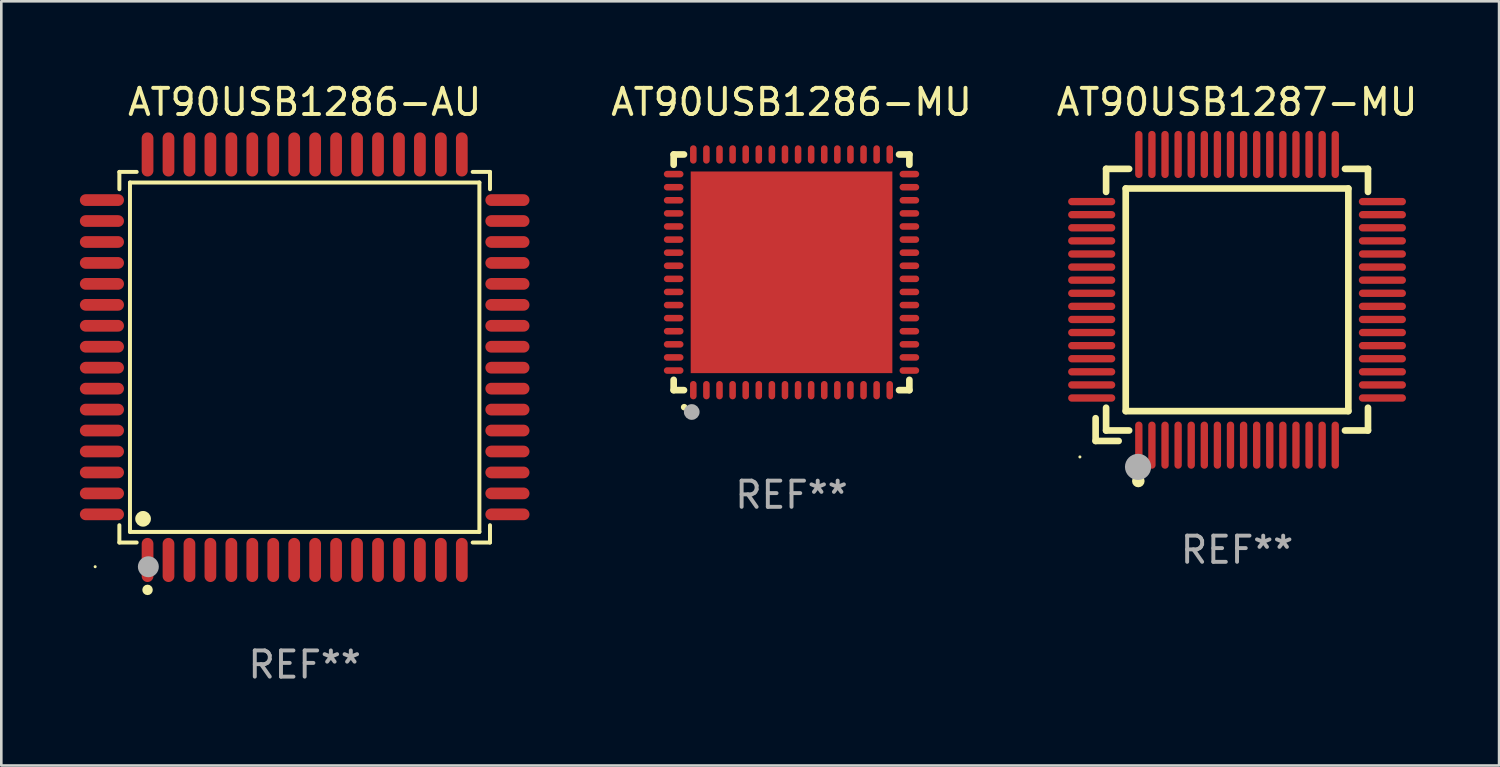
<source format=kicad_pcb>
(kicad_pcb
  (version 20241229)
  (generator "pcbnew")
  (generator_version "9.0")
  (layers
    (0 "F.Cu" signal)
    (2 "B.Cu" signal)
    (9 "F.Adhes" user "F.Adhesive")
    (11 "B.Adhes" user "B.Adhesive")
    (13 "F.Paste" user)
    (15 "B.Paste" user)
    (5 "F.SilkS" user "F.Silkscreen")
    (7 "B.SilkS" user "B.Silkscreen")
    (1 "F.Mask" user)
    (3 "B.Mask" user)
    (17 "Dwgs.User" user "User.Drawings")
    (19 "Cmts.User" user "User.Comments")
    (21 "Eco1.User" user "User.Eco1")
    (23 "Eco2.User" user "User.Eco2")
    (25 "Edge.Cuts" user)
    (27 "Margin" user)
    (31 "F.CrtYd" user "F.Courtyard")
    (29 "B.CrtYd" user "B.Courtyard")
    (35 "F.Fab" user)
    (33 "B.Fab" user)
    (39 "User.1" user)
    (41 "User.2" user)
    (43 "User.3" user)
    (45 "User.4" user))
  (footprint "AT90USB1286-AU"
    (layer "F.Cu")
    (at 8.584 10.59)
    (property "Reference" "AT90USB1286-AU" (at 0 -9.742 0) (layer "F.SilkS") (effects (font (size 1 1) (thickness 0.15))))
    (attr through_hole)
    (fp_line (start -7.076 -7.076) (end -6.415 -7.076) (stroke (width 0.152) (type solid)) (layer "F.SilkS"))
    (fp_line (start -7.076 -6.415) (end -7.076 -7.076) (stroke (width 0.152) (type solid)) (layer "F.SilkS"))
    (fp_line (start -7.076 6.415) (end -7.076 7.076) (stroke (width 0.152) (type solid)) (layer "F.SilkS"))
    (fp_line (start -7.076 7.076) (end -6.415 7.076) (stroke (width 0.152) (type solid)) (layer "F.SilkS"))
    (fp_line (start -6.671 -6.671) (end 6.671 -6.671) (stroke (width 0.152) (type solid)) (layer "F.SilkS"))
    (fp_line (start -6.671 6.671) (end -6.671 -6.671) (stroke (width 0.152) (type solid)) (layer "F.SilkS"))
    (fp_line (start 6.671 -6.671) (end 6.671 6.671) (stroke (width 0.152) (type solid)) (layer "F.SilkS"))
    (fp_line (start 6.671 6.671) (end -6.671 6.671) (stroke (width 0.152) (type solid)) (layer "F.SilkS"))
    (fp_line (start 7.076 -7.076) (end 6.415 -7.076) (stroke (width 0.152) (type solid)) (layer "F.SilkS"))
    (fp_line (start 7.076 -6.415) (end 7.076 -7.076) (stroke (width 0.152) (type solid)) (layer "F.SilkS"))
    (fp_line (start 7.076 6.415) (end 7.076 7.076) (stroke (width 0.152) (type solid)) (layer "F.SilkS"))
    (fp_line (start 7.076 7.076) (end 6.415 7.076) (stroke (width 0.152) (type solid)) (layer "F.SilkS"))
    (fp_circle (center -8 8) (end -7.97 8) (stroke (width 0.06) (type solid)) (fill no) (layer "F.SilkS"))
    (fp_circle (center -6.171 6.171) (end -6.021 6.171) (stroke (width 0.3) (type solid)) (fill no) (layer "F.SilkS"))
    (fp_circle (center -6 8.884) (end -5.9 8.884) (stroke (width 0.2) (type solid)) (fill no) (layer "F.SilkS"))
    (fp_circle (center -5.969 8.001) (end -5.769 8.001) (stroke (width 0.4) (type solid)) (fill no) (layer "F.Fab"))
    (fp_text user "REF**" (at 0 11.742 0) (layer "F.Fab") (effects (font (size 1 1) (thickness 0.15))))
    (pad "1" smd oval (at -6 7.742) (size 0.448 1.684) (layers "F.Cu" "F.Mask" "F.Paste"))
    (pad "2" smd oval (at -5.2 7.742) (size 0.448 1.684) (layers "F.Cu" "F.Mask" "F.Paste"))
    (pad "3" smd oval (at -4.4 7.742) (size 0.448 1.684) (layers "F.Cu" "F.Mask" "F.Paste"))
    (pad "4" smd oval (at -3.6 7.742) (size 0.448 1.684) (layers "F.Cu" "F.Mask" "F.Paste"))
    (pad "5" smd oval (at -2.8 7.742) (size 0.448 1.684) (layers "F.Cu" "F.Mask" "F.Paste"))
    (pad "6" smd oval (at -2 7.742) (size 0.448 1.684) (layers "F.Cu" "F.Mask" "F.Paste"))
    (pad "7" smd oval (at -1.2 7.742) (size 0.448 1.684) (layers "F.Cu" "F.Mask" "F.Paste"))
    (pad "8" smd oval (at -0.4 7.742) (size 0.448 1.684) (layers "F.Cu" "F.Mask" "F.Paste"))
    (pad "9" smd oval (at 0.4 7.742) (size 0.448 1.684) (layers "F.Cu" "F.Mask" "F.Paste"))
    (pad "10" smd oval (at 1.2 7.742) (size 0.448 1.684) (layers "F.Cu" "F.Mask" "F.Paste"))
    (pad "11" smd oval (at 2 7.742) (size 0.448 1.684) (layers "F.Cu" "F.Mask" "F.Paste"))
    (pad "12" smd oval (at 2.8 7.742) (size 0.448 1.684) (layers "F.Cu" "F.Mask" "F.Paste"))
    (pad "13" smd oval (at 3.6 7.742) (size 0.448 1.684) (layers "F.Cu" "F.Mask" "F.Paste"))
    (pad "14" smd oval (at 4.4 7.742) (size 0.448 1.684) (layers "F.Cu" "F.Mask" "F.Paste"))
    (pad "15" smd oval (at 5.2 7.742) (size 0.448 1.684) (layers "F.Cu" "F.Mask" "F.Paste"))
    (pad "16" smd oval (at 6 7.742) (size 0.448 1.684) (layers "F.Cu" "F.Mask" "F.Paste"))
    (pad "17" smd oval (at 7.742 6) (size 1.684 0.448) (layers "F.Cu" "F.Mask" "F.Paste"))
    (pad "18" smd oval (at 7.742 5.2) (size 1.684 0.448) (layers "F.Cu" "F.Mask" "F.Paste"))
    (pad "19" smd oval (at 7.742 4.4) (size 1.684 0.448) (layers "F.Cu" "F.Mask" "F.Paste"))
    (pad "20" smd oval (at 7.742 3.6) (size 1.684 0.448) (layers "F.Cu" "F.Mask" "F.Paste"))
    (pad "21" smd oval (at 7.742 2.8) (size 1.684 0.448) (layers "F.Cu" "F.Mask" "F.Paste"))
    (pad "22" smd oval (at 7.742 2) (size 1.684 0.448) (layers "F.Cu" "F.Mask" "F.Paste"))
    (pad "23" smd oval (at 7.742 1.2) (size 1.684 0.448) (layers "F.Cu" "F.Mask" "F.Paste"))
    (pad "24" smd oval (at 7.742 0.4) (size 1.684 0.448) (layers "F.Cu" "F.Mask" "F.Paste"))
    (pad "25" smd oval (at 7.742 -0.4) (size 1.684 0.448) (layers "F.Cu" "F.Mask" "F.Paste"))
    (pad "26" smd oval (at 7.742 -1.2) (size 1.684 0.448) (layers "F.Cu" "F.Mask" "F.Paste"))
    (pad "27" smd oval (at 7.742 -2) (size 1.684 0.448) (layers "F.Cu" "F.Mask" "F.Paste"))
    (pad "28" smd oval (at 7.742 -2.8) (size 1.684 0.448) (layers "F.Cu" "F.Mask" "F.Paste"))
    (pad "29" smd oval (at 7.742 -3.6) (size 1.684 0.448) (layers "F.Cu" "F.Mask" "F.Paste"))
    (pad "30" smd oval (at 7.742 -4.4) (size 1.684 0.448) (layers "F.Cu" "F.Mask" "F.Paste"))
    (pad "31" smd oval (at 7.742 -5.2) (size 1.684 0.448) (layers "F.Cu" "F.Mask" "F.Paste"))
    (pad "32" smd oval (at 7.742 -6) (size 1.684 0.448) (layers "F.Cu" "F.Mask" "F.Paste"))
    (pad "33" smd oval (at 6 -7.742) (size 0.448 1.684) (layers "F.Cu" "F.Mask" "F.Paste"))
    (pad "34" smd oval (at 5.2 -7.742) (size 0.448 1.684) (layers "F.Cu" "F.Mask" "F.Paste"))
    (pad "35" smd oval (at 4.4 -7.742) (size 0.448 1.684) (layers "F.Cu" "F.Mask" "F.Paste"))
    (pad "36" smd oval (at 3.6 -7.742) (size 0.448 1.684) (layers "F.Cu" "F.Mask" "F.Paste"))
    (pad "37" smd oval (at 2.8 -7.742) (size 0.448 1.684) (layers "F.Cu" "F.Mask" "F.Paste"))
    (pad "38" smd oval (at 2 -7.742) (size 0.448 1.684) (layers "F.Cu" "F.Mask" "F.Paste"))
    (pad "39" smd oval (at 1.2 -7.742) (size 0.448 1.684) (layers "F.Cu" "F.Mask" "F.Paste"))
    (pad "40" smd oval (at 0.4 -7.742) (size 0.448 1.684) (layers "F.Cu" "F.Mask" "F.Paste"))
    (pad "41" smd oval (at -0.4 -7.742) (size 0.448 1.684) (layers "F.Cu" "F.Mask" "F.Paste"))
    (pad "42" smd oval (at -1.2 -7.742) (size 0.448 1.684) (layers "F.Cu" "F.Mask" "F.Paste"))
    (pad "43" smd oval (at -2 -7.742) (size 0.448 1.684) (layers "F.Cu" "F.Mask" "F.Paste"))
    (pad "44" smd oval (at -2.8 -7.742) (size 0.448 1.684) (layers "F.Cu" "F.Mask" "F.Paste"))
    (pad "45" smd oval (at -3.6 -7.742) (size 0.448 1.684) (layers "F.Cu" "F.Mask" "F.Paste"))
    (pad "46" smd oval (at -4.4 -7.742) (size 0.448 1.684) (layers "F.Cu" "F.Mask" "F.Paste"))
    (pad "47" smd oval (at -5.2 -7.742) (size 0.448 1.684) (layers "F.Cu" "F.Mask" "F.Paste"))
    (pad "48" smd oval (at -6 -7.742) (size 0.448 1.684) (layers "F.Cu" "F.Mask" "F.Paste"))
    (pad "49" smd oval (at -7.742 -6) (size 1.684 0.448) (layers "F.Cu" "F.Mask" "F.Paste"))
    (pad "50" smd oval (at -7.742 -5.2) (size 1.684 0.448) (layers "F.Cu" "F.Mask" "F.Paste"))
    (pad "51" smd oval (at -7.742 -4.4) (size 1.684 0.448) (layers "F.Cu" "F.Mask" "F.Paste"))
    (pad "52" smd oval (at -7.742 -3.6) (size 1.684 0.448) (layers "F.Cu" "F.Mask" "F.Paste"))
    (pad "53" smd oval (at -7.742 -2.8) (size 1.684 0.448) (layers "F.Cu" "F.Mask" "F.Paste"))
    (pad "54" smd oval (at -7.742 -2) (size 1.684 0.448) (layers "F.Cu" "F.Mask" "F.Paste"))
    (pad "55" smd oval (at -7.742 -1.2) (size 1.684 0.448) (layers "F.Cu" "F.Mask" "F.Paste"))
    (pad "56" smd oval (at -7.742 -0.4) (size 1.684 0.448) (layers "F.Cu" "F.Mask" "F.Paste"))
    (pad "57" smd oval (at -7.742 0.4) (size 1.684 0.448) (layers "F.Cu" "F.Mask" "F.Paste"))
    (pad "58" smd oval (at -7.742 1.2) (size 1.684 0.448) (layers "F.Cu" "F.Mask" "F.Paste"))
    (pad "59" smd oval (at -7.742 2) (size 1.684 0.448) (layers "F.Cu" "F.Mask" "F.Paste"))
    (pad "60" smd oval (at -7.742 2.8) (size 1.684 0.448) (layers "F.Cu" "F.Mask" "F.Paste"))
    (pad "61" smd oval (at -7.742 3.6) (size 1.684 0.448) (layers "F.Cu" "F.Mask" "F.Paste"))
    (pad "62" smd oval (at -7.742 4.4) (size 1.684 0.448) (layers "F.Cu" "F.Mask" "F.Paste"))
    (pad "63" smd oval (at -7.742 5.2) (size 1.684 0.448) (layers "F.Cu" "F.Mask" "F.Paste"))
    (pad "64" smd oval (at -7.742 6) (size 1.684 0.448) (layers "F.Cu" "F.Mask" "F.Paste")))
  (footprint "AT90USB1286-MU"
    (layer "F.Cu")
    (at 27.174 7.348)
    (property "Reference" "AT90USB1286-MU" (at 0 -6.5 0) (layer "F.SilkS") (effects (font (size 1 1) (thickness 0.15))))
    (attr through_hole)
    (fp_line (start -4.5 -4.5) (end -4.106 -4.5) (stroke (width 0.254) (type solid)) (layer "F.SilkS"))
    (fp_line (start -4.5 -4.106) (end -4.5 -4.5) (stroke (width 0.254) (type solid)) (layer "F.SilkS"))
    (fp_line (start -4.5 4.5) (end -4.5 4.106) (stroke (width 0.254) (type solid)) (layer "F.SilkS"))
    (fp_line (start -4.106 4.5) (end -4.5 4.5) (stroke (width 0.254) (type solid)) (layer "F.SilkS"))
    (fp_line (start 4.106 -4.5) (end 4.5 -4.5) (stroke (width 0.254) (type solid)) (layer "F.SilkS"))
    (fp_line (start 4.5 -4.5) (end 4.5 -4.106) (stroke (width 0.254) (type solid)) (layer "F.SilkS"))
    (fp_line (start 4.5 4.106) (end 4.5 4.5) (stroke (width 0.254) (type solid)) (layer "F.SilkS"))
    (fp_line (start 4.5 4.5) (end 4.106 4.5) (stroke (width 0.254) (type solid)) (layer "F.SilkS"))
    (fp_arc (start -4.099987 5.149898) (mid -4.098717 5.149892) (end -4.097447 5.149898) (stroke (width 0.24892) (type solid)) (layer "F.SilkS"))
    (fp_circle (center -4.5 4.5) (end -4.47 4.5) (stroke (width 0.06) (type solid)) (fill no) (layer "F.SilkS"))
    (fp_circle (center -3.81 5.334) (end -3.66 5.334) (stroke (width 0.3) (type solid)) (fill no) (layer "F.Fab"))
    (fp_text user "REF**" (at 0 8.5 0) (layer "F.Fab") (effects (font (size 1 1) (thickness 0.15))))
    (pad "1" smd oval (at -3.75 4.5) (size 0.25 0.7) (layers "F.Cu" "F.Mask" "F.Paste"))
    (pad "2" smd oval (at -3.25 4.5) (size 0.25 0.7) (layers "F.Cu" "F.Mask" "F.Paste"))
    (pad "3" smd oval (at -2.75 4.5) (size 0.25 0.7) (layers "F.Cu" "F.Mask" "F.Paste"))
    (pad "4" smd oval (at -2.25 4.5) (size 0.25 0.7) (layers "F.Cu" "F.Mask" "F.Paste"))
    (pad "5" smd oval (at -1.75 4.5) (size 0.25 0.7) (layers "F.Cu" "F.Mask" "F.Paste"))
    (pad "6" smd oval (at -1.25 4.5) (size 0.25 0.7) (layers "F.Cu" "F.Mask" "F.Paste"))
    (pad "7" smd oval (at -0.75 4.5) (size 0.25 0.7) (layers "F.Cu" "F.Mask" "F.Paste"))
    (pad "8" smd oval (at -0.25 4.5) (size 0.25 0.7) (layers "F.Cu" "F.Mask" "F.Paste"))
    (pad "9" smd oval (at 0.25 4.5) (size 0.25 0.7) (layers "F.Cu" "F.Mask" "F.Paste"))
    (pad "10" smd oval (at 0.75 4.5) (size 0.25 0.7) (layers "F.Cu" "F.Mask" "F.Paste"))
    (pad "11" smd oval (at 1.25 4.5) (size 0.25 0.7) (layers "F.Cu" "F.Mask" "F.Paste"))
    (pad "12" smd oval (at 1.75 4.5) (size 0.25 0.7) (layers "F.Cu" "F.Mask" "F.Paste"))
    (pad "13" smd oval (at 2.25 4.5) (size 0.25 0.7) (layers "F.Cu" "F.Mask" "F.Paste"))
    (pad "14" smd oval (at 2.75 4.5) (size 0.25 0.7) (layers "F.Cu" "F.Mask" "F.Paste"))
    (pad "15" smd oval (at 3.25 4.5) (size 0.25 0.7) (layers "F.Cu" "F.Mask" "F.Paste"))
    (pad "16" smd oval (at 3.75 4.5) (size 0.25 0.7) (layers "F.Cu" "F.Mask" "F.Paste"))
    (pad "17" smd oval (at 4.5 3.75) (size 0.75 0.25) (layers "F.Cu" "F.Mask" "F.Paste"))
    (pad "18" smd oval (at 4.5 3.25) (size 0.75 0.25) (layers "F.Cu" "F.Mask" "F.Paste"))
    (pad "19" smd oval (at 4.5 2.75) (size 0.75 0.25) (layers "F.Cu" "F.Mask" "F.Paste"))
    (pad "20" smd oval (at 4.5 2.25) (size 0.75 0.25) (layers "F.Cu" "F.Mask" "F.Paste"))
    (pad "21" smd oval (at 4.5 1.75) (size 0.75 0.25) (layers "F.Cu" "F.Mask" "F.Paste"))
    (pad "22" smd oval (at 4.5 1.25) (size 0.75 0.25) (layers "F.Cu" "F.Mask" "F.Paste"))
    (pad "23" smd oval (at 4.5 0.75) (size 0.75 0.25) (layers "F.Cu" "F.Mask" "F.Paste"))
    (pad "24" smd oval (at 4.5 0.25) (size 0.75 0.25) (layers "F.Cu" "F.Mask" "F.Paste"))
    (pad "25" smd oval (at 4.5 -0.25) (size 0.75 0.25) (layers "F.Cu" "F.Mask" "F.Paste"))
    (pad "26" smd oval (at 4.5 -0.75) (size 0.75 0.25) (layers "F.Cu" "F.Mask" "F.Paste"))
    (pad "27" smd oval (at 4.5 -1.25) (size 0.75 0.25) (layers "F.Cu" "F.Mask" "F.Paste"))
    (pad "28" smd oval (at 4.5 -1.75) (size 0.75 0.25) (layers "F.Cu" "F.Mask" "F.Paste"))
    (pad "29" smd oval (at 4.5 -2.25) (size 0.75 0.25) (layers "F.Cu" "F.Mask" "F.Paste"))
    (pad "30" smd oval (at 4.5 -2.75) (size 0.75 0.25) (layers "F.Cu" "F.Mask" "F.Paste"))
    (pad "31" smd oval (at 4.5 -3.25) (size 0.75 0.25) (layers "F.Cu" "F.Mask" "F.Paste"))
    (pad "32" smd oval (at 4.5 -3.75) (size 0.75 0.25) (layers "F.Cu" "F.Mask" "F.Paste"))
    (pad "33" smd oval (at 3.75 -4.5) (size 0.25 0.7) (layers "F.Cu" "F.Mask" "F.Paste"))
    (pad "34" smd oval (at 3.25 -4.5) (size 0.25 0.7) (layers "F.Cu" "F.Mask" "F.Paste"))
    (pad "35" smd oval (at 2.75 -4.5) (size 0.25 0.7) (layers "F.Cu" "F.Mask" "F.Paste"))
    (pad "36" smd oval (at 2.25 -4.5) (size 0.25 0.7) (layers "F.Cu" "F.Mask" "F.Paste"))
    (pad "37" smd oval (at 1.75 -4.5) (size 0.25 0.7) (layers "F.Cu" "F.Mask" "F.Paste"))
    (pad "38" smd oval (at 1.25 -4.5) (size 0.25 0.7) (layers "F.Cu" "F.Mask" "F.Paste"))
    (pad "39" smd oval (at 0.75 -4.5) (size 0.25 0.7) (layers "F.Cu" "F.Mask" "F.Paste"))
    (pad "40" smd oval (at 0.25 -4.5) (size 0.25 0.7) (layers "F.Cu" "F.Mask" "F.Paste"))
    (pad "41" smd oval (at -0.25 -4.5) (size 0.25 0.7) (layers "F.Cu" "F.Mask" "F.Paste"))
    (pad "42" smd oval (at -0.75 -4.5) (size 0.25 0.7) (layers "F.Cu" "F.Mask" "F.Paste"))
    (pad "43" smd oval (at -1.25 -4.5) (size 0.25 0.7) (layers "F.Cu" "F.Mask" "F.Paste"))
    (pad "44" smd oval (at -1.75 -4.5) (size 0.25 0.7) (layers "F.Cu" "F.Mask" "F.Paste"))
    (pad "45" smd oval (at -2.25 -4.5) (size 0.25 0.7) (layers "F.Cu" "F.Mask" "F.Paste"))
    (pad "46" smd oval (at -2.75 -4.5) (size 0.25 0.7) (layers "F.Cu" "F.Mask" "F.Paste"))
    (pad "47" smd oval (at -3.25 -4.5) (size 0.25 0.7) (layers "F.Cu" "F.Mask" "F.Paste"))
    (pad "48" smd oval (at -3.75 -4.5) (size 0.25 0.7) (layers "F.Cu" "F.Mask" "F.Paste"))
    (pad "49" smd oval (at -4.5 -3.75) (size 0.75 0.25) (layers "F.Cu" "F.Mask" "F.Paste"))
    (pad "50" smd oval (at -4.5 -3.25) (size 0.75 0.25) (layers "F.Cu" "F.Mask" "F.Paste"))
    (pad "51" smd oval (at -4.5 -2.75) (size 0.75 0.25) (layers "F.Cu" "F.Mask" "F.Paste"))
    (pad "52" smd oval (at -4.5 -2.25) (size 0.75 0.25) (layers "F.Cu" "F.Mask" "F.Paste"))
    (pad "53" smd oval (at -4.5 -1.75) (size 0.75 0.25) (layers "F.Cu" "F.Mask" "F.Paste"))
    (pad "54" smd oval (at -4.5 -1.25) (size 0.75 0.25) (layers "F.Cu" "F.Mask" "F.Paste"))
    (pad "55" smd oval (at -4.5 -0.75) (size 0.75 0.25) (layers "F.Cu" "F.Mask" "F.Paste"))
    (pad "56" smd oval (at -4.5 -0.25) (size 0.75 0.25) (layers "F.Cu" "F.Mask" "F.Paste"))
    (pad "57" smd oval (at -4.5 0.25) (size 0.75 0.25) (layers "F.Cu" "F.Mask" "F.Paste"))
    (pad "58" smd oval (at -4.5 0.75) (size 0.75 0.25) (layers "F.Cu" "F.Mask" "F.Paste"))
    (pad "59" smd oval (at -4.5 1.25) (size 0.75 0.25) (layers "F.Cu" "F.Mask" "F.Paste"))
    (pad "60" smd oval (at -4.5 1.75) (size 0.75 0.25) (layers "F.Cu" "F.Mask" "F.Paste"))
    (pad "61" smd oval (at -4.5 2.25) (size 0.75 0.25) (layers "F.Cu" "F.Mask" "F.Paste"))
    (pad "62" smd oval (at -4.5 2.75) (size 0.75 0.25) (layers "F.Cu" "F.Mask" "F.Paste"))
    (pad "63" smd oval (at -4.5 3.25) (size 0.75 0.25) (layers "F.Cu" "F.Mask" "F.Paste"))
    (pad "64" smd oval (at -4.5 3.75) (size 0.75 0.25) (layers "F.Cu" "F.Mask" "F.Paste"))
    (pad "65" smd rect (at 0.000394 -0.000013) (size 7.7 7.7) (layers "F.Cu" "F.Mask" "F.Paste")))
  (footprint "AT90USB1287-MU"
    (layer "F.Cu")
    (at 44.186 8.398)
    (property "Reference" "AT90USB1287-MU" (at 0 -7.55 0) (layer "F.SilkS") (effects (font (size 1 1) (thickness 0.15))))
    (attr through_hole)
    (fp_line (start -5.4 4.521) (end -5.4 5.39) (stroke (width 0.254) (type solid)) (layer "F.SilkS"))
    (fp_line (start -5.4 5.39) (end -4.521 5.39) (stroke (width 0.254) (type solid)) (layer "F.SilkS"))
    (fp_line (start -5 -5) (end -5 -4.121) (stroke (width 0.254) (type solid)) (layer "F.SilkS"))
    (fp_line (start -5 4.121) (end -5 4.99) (stroke (width 0.254) (type solid)) (layer "F.SilkS"))
    (fp_line (start -5 4.99) (end -4.121 4.99) (stroke (width 0.254) (type solid)) (layer "F.SilkS"))
    (fp_line (start -4.25 -4.25) (end -4.25 4.25) (stroke (width 0.254) (type solid)) (layer "F.SilkS"))
    (fp_line (start -4.25 4.25) (end 4.25 4.25) (stroke (width 0.254) (type solid)) (layer "F.SilkS"))
    (fp_line (start -4.121 -5) (end -5 -5) (stroke (width 0.254) (type solid)) (layer "F.SilkS"))
    (fp_line (start 4.121 4.99) (end 5 4.99) (stroke (width 0.254) (type solid)) (layer "F.SilkS"))
    (fp_line (start 4.25 -4.25) (end -4.25 -4.25) (stroke (width 0.254) (type solid)) (layer "F.SilkS"))
    (fp_line (start 4.25 4.25) (end 4.25 -4.25) (stroke (width 0.254) (type solid)) (layer "F.SilkS"))
    (fp_line (start 5 -5) (end 4.121 -5) (stroke (width 0.254) (type solid)) (layer "F.SilkS"))
    (fp_line (start 5 -4.121) (end 5 -5) (stroke (width 0.254) (type solid)) (layer "F.SilkS"))
    (fp_line (start 5 4.99) (end 5 4.121) (stroke (width 0.254) (type solid)) (layer "F.SilkS"))
    (fp_circle (center -6 6) (end -5.97 6) (stroke (width 0.06) (type solid)) (fill no) (layer "F.SilkS"))
    (fp_circle (center -3.77 6.92) (end -3.65 6.92) (stroke (width 0.24) (type solid)) (fill no) (layer "F.SilkS"))
    (fp_circle (center -3.78 6.38) (end -3.53 6.38) (stroke (width 0.5) (type solid)) (fill no) (layer "F.Fab"))
    (fp_text user "REF**" (at 0 9.55 0) (layer "F.Fab") (effects (font (size 1 1) (thickness 0.15))))
    (pad "1" smd oval (at -3.75 5.55) (size 0.28 1.8) (layers "F.Cu" "F.Mask" "F.Paste"))
    (pad "2" smd oval (at -3.25 5.55) (size 0.28 1.8) (layers "F.Cu" "F.Mask" "F.Paste"))
    (pad "3" smd oval (at -2.75 5.55) (size 0.28 1.8) (layers "F.Cu" "F.Mask" "F.Paste"))
    (pad "4" smd oval (at -2.25 5.55) (size 0.28 1.8) (layers "F.Cu" "F.Mask" "F.Paste"))
    (pad "5" smd oval (at -1.75 5.55) (size 0.28 1.8) (layers "F.Cu" "F.Mask" "F.Paste"))
    (pad "6" smd oval (at -1.25 5.55) (size 0.28 1.8) (layers "F.Cu" "F.Mask" "F.Paste"))
    (pad "7" smd oval (at -0.75 5.55) (size 0.28 1.8) (layers "F.Cu" "F.Mask" "F.Paste"))
    (pad "8" smd oval (at -0.25 5.55) (size 0.28 1.8) (layers "F.Cu" "F.Mask" "F.Paste"))
    (pad "9" smd oval (at 0.25 5.55) (size 0.28 1.8) (layers "F.Cu" "F.Mask" "F.Paste"))
    (pad "10" smd oval (at 0.75 5.55) (size 0.28 1.8) (layers "F.Cu" "F.Mask" "F.Paste"))
    (pad "11" smd oval (at 1.25 5.55) (size 0.28 1.8) (layers "F.Cu" "F.Mask" "F.Paste"))
    (pad "12" smd oval (at 1.75 5.55) (size 0.28 1.8) (layers "F.Cu" "F.Mask" "F.Paste"))
    (pad "13" smd oval (at 2.25 5.55) (size 0.28 1.8) (layers "F.Cu" "F.Mask" "F.Paste"))
    (pad "14" smd oval (at 2.75 5.55) (size 0.28 1.8) (layers "F.Cu" "F.Mask" "F.Paste"))
    (pad "15" smd oval (at 3.25 5.55) (size 0.28 1.8) (layers "F.Cu" "F.Mask" "F.Paste"))
    (pad "16" smd oval (at 3.75 5.55) (size 0.28 1.8) (layers "F.Cu" "F.Mask" "F.Paste"))
    (pad "17" smd oval (at 5.55 3.75) (size 1.8 0.28) (layers "F.Cu" "F.Mask" "F.Paste"))
    (pad "18" smd oval (at 5.55 3.25) (size 1.8 0.28) (layers "F.Cu" "F.Mask" "F.Paste"))
    (pad "19" smd oval (at 5.55 2.75) (size 1.8 0.28) (layers "F.Cu" "F.Mask" "F.Paste"))
    (pad "20" smd oval (at 5.55 2.25) (size 1.8 0.28) (layers "F.Cu" "F.Mask" "F.Paste"))
    (pad "21" smd oval (at 5.55 1.75) (size 1.8 0.28) (layers "F.Cu" "F.Mask" "F.Paste"))
    (pad "22" smd oval (at 5.55 1.25) (size 1.8 0.28) (layers "F.Cu" "F.Mask" "F.Paste"))
    (pad "23" smd oval (at 5.55 0.75) (size 1.8 0.28) (layers "F.Cu" "F.Mask" "F.Paste"))
    (pad "24" smd oval (at 5.55 0.25) (size 1.8 0.28) (layers "F.Cu" "F.Mask" "F.Paste"))
    (pad "25" smd oval (at 5.55 -0.25) (size 1.8 0.28) (layers "F.Cu" "F.Mask" "F.Paste"))
    (pad "26" smd oval (at 5.55 -0.75) (size 1.8 0.28) (layers "F.Cu" "F.Mask" "F.Paste"))
    (pad "27" smd oval (at 5.55 -1.25) (size 1.8 0.28) (layers "F.Cu" "F.Mask" "F.Paste"))
    (pad "28" smd oval (at 5.55 -1.75) (size 1.8 0.28) (layers "F.Cu" "F.Mask" "F.Paste"))
    (pad "29" smd oval (at 5.55 -2.25) (size 1.8 0.28) (layers "F.Cu" "F.Mask" "F.Paste"))
    (pad "30" smd oval (at 5.55 -2.75) (size 1.8 0.28) (layers "F.Cu" "F.Mask" "F.Paste"))
    (pad "31" smd oval (at 5.55 -3.25) (size 1.8 0.28) (layers "F.Cu" "F.Mask" "F.Paste"))
    (pad "32" smd oval (at 5.55 -3.75) (size 1.8 0.28) (layers "F.Cu" "F.Mask" "F.Paste"))
    (pad "33" smd oval (at 3.75 -5.55) (size 0.28 1.8) (layers "F.Cu" "F.Mask" "F.Paste"))
    (pad "34" smd oval (at 3.25 -5.55) (size 0.28 1.8) (layers "F.Cu" "F.Mask" "F.Paste"))
    (pad "35" smd oval (at 2.75 -5.55) (size 0.28 1.8) (layers "F.Cu" "F.Mask" "F.Paste"))
    (pad "36" smd oval (at 2.25 -5.55) (size 0.28 1.8) (layers "F.Cu" "F.Mask" "F.Paste"))
    (pad "37" smd oval (at 1.75 -5.55) (size 0.28 1.8) (layers "F.Cu" "F.Mask" "F.Paste"))
    (pad "38" smd oval (at 1.25 -5.55) (size 0.28 1.8) (layers "F.Cu" "F.Mask" "F.Paste"))
    (pad "39" smd oval (at 0.75 -5.55) (size 0.28 1.8) (layers "F.Cu" "F.Mask" "F.Paste"))
    (pad "40" smd oval (at 0.25 -5.55) (size 0.28 1.8) (layers "F.Cu" "F.Mask" "F.Paste"))
    (pad "41" smd oval (at -0.25 -5.55) (size 0.28 1.8) (layers "F.Cu" "F.Mask" "F.Paste"))
    (pad "42" smd oval (at -0.75 -5.55) (size 0.28 1.8) (layers "F.Cu" "F.Mask" "F.Paste"))
    (pad "43" smd oval (at -1.25 -5.55) (size 0.28 1.8) (layers "F.Cu" "F.Mask" "F.Paste"))
    (pad "44" smd oval (at -1.75 -5.55) (size 0.28 1.8) (layers "F.Cu" "F.Mask" "F.Paste"))
    (pad "45" smd oval (at -2.25 -5.55) (size 0.28 1.8) (layers "F.Cu" "F.Mask" "F.Paste"))
    (pad "46" smd oval (at -2.75 -5.55) (size 0.28 1.8) (layers "F.Cu" "F.Mask" "F.Paste"))
    (pad "47" smd oval (at -3.25 -5.55) (size 0.28 1.8) (layers "F.Cu" "F.Mask" "F.Paste"))
    (pad "48" smd oval (at -3.75 -5.55) (size 0.28 1.8) (layers "F.Cu" "F.Mask" "F.Paste"))
    (pad "49" smd oval (at -5.55 -3.75) (size 1.8 0.28) (layers "F.Cu" "F.Mask" "F.Paste"))
    (pad "50" smd oval (at -5.55 -3.25) (size 1.8 0.28) (layers "F.Cu" "F.Mask" "F.Paste"))
    (pad "51" smd oval (at -5.55 -2.75) (size 1.8 0.28) (layers "F.Cu" "F.Mask" "F.Paste"))
    (pad "52" smd oval (at -5.55 -2.25) (size 1.8 0.28) (layers "F.Cu" "F.Mask" "F.Paste"))
    (pad "53" smd oval (at -5.55 -1.75) (size 1.8 0.28) (layers "F.Cu" "F.Mask" "F.Paste"))
    (pad "54" smd oval (at -5.55 -1.25) (size 1.8 0.28) (layers "F.Cu" "F.Mask" "F.Paste"))
    (pad "55" smd oval (at -5.55 -0.75) (size 1.8 0.28) (layers "F.Cu" "F.Mask" "F.Paste"))
    (pad "56" smd oval (at -5.55 -0.25) (size 1.8 0.28) (layers "F.Cu" "F.Mask" "F.Paste"))
    (pad "57" smd oval (at -5.55 0.25) (size 1.8 0.28) (layers "F.Cu" "F.Mask" "F.Paste"))
    (pad "58" smd oval (at -5.55 0.75) (size 1.8 0.28) (layers "F.Cu" "F.Mask" "F.Paste"))
    (pad "59" smd oval (at -5.55 1.25) (size 1.8 0.28) (layers "F.Cu" "F.Mask" "F.Paste"))
    (pad "60" smd oval (at -5.55 1.75) (size 1.8 0.28) (layers "F.Cu" "F.Mask" "F.Paste"))
    (pad "61" smd oval (at -5.55 2.25) (size 1.8 0.28) (layers "F.Cu" "F.Mask" "F.Paste"))
    (pad "62" smd oval (at -5.55 2.75) (size 1.8 0.28) (layers "F.Cu" "F.Mask" "F.Paste"))
    (pad "63" smd oval (at -5.55 3.25) (size 1.8 0.28) (layers "F.Cu" "F.Mask" "F.Paste"))
    (pad "64" smd oval (at -5.55 3.75) (size 1.8 0.28) (layers "F.Cu" "F.Mask" "F.Paste")))
  (gr_rect
    (start -3 -3)
    (end 54.192 26.18)
    (stroke (width 0.1) (type default))
    (fill no)
    (layer "Edge.Cuts")))
</source>
